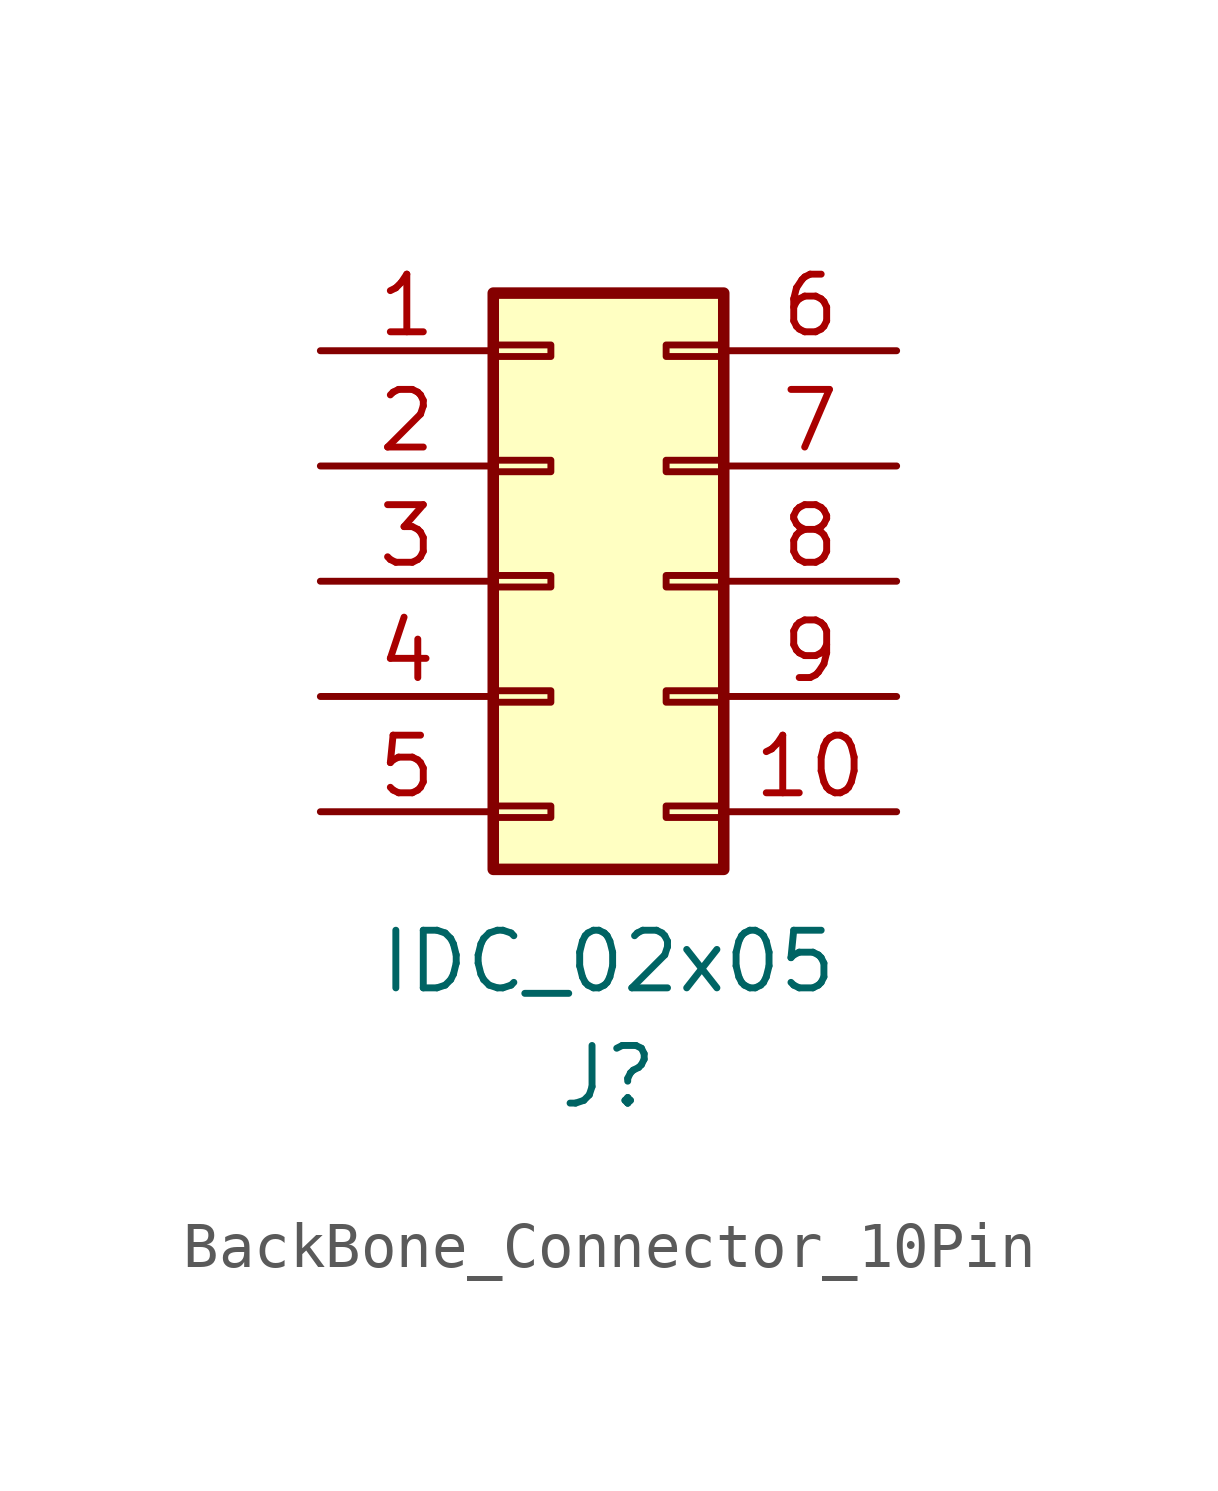
<source format=kicad_sym>
(kicad_symbol_lib
  (version 20231120)
  (generator "kicad_symbol_editor")
  (generator_version "8.0")
  (symbol "BackBone_Connector_10Pin"
    (pin_names
      (offset 1.016) hide)
    (property "Reference" "J"
      (at 0 -10.922 0)
      (effects (font (size 1.27 1.27))))
    (property "Value" "IDC_02x05"
      (at 0 -8.382 0)
      (effects (font (size 1.27 1.27))))
    (symbol "BackBone_Connector_10Pin_1_1"
      (rectangle (start -2.54 -4.953) (end -1.27 -5.207) (stroke (width 0.152) (type default)) (fill (type none)))
      (rectangle (start -2.54 -2.413) (end -1.27 -2.667) (stroke (width 0.152) (type default)) (fill (type none)))
      (rectangle (start -2.54 0.127) (end -1.27 -0.127) (stroke (width 0.152) (type default)) (fill (type none)))
      (rectangle (start -2.54 2.667) (end -1.27 2.413) (stroke (width 0.152) (type default)) (fill (type none)))
      (rectangle (start -2.54 5.207) (end -1.27 4.953) (stroke (width 0.152) (type default)) (fill (type none)))
      (rectangle (start -2.54 6.35) (end 2.54 -6.35) (stroke (width 0.254) (type default)) (fill (type background)))
      (rectangle (start 2.54 -4.953) (end 1.27 -5.207) (stroke (width 0.152) (type default)) (fill (type none)))
      (rectangle (start 2.54 -2.413) (end 1.27 -2.667) (stroke (width 0.152) (type default)) (fill (type none)))
      (rectangle (start 2.54 0.127) (end 1.27 -0.127) (stroke (width 0.152) (type default)) (fill (type none)))
      (rectangle (start 2.54 2.667) (end 1.27 2.413) (stroke (width 0.152) (type default)) (fill (type none)))
      (rectangle (start 2.54 5.207) (end 1.27 4.953) (stroke (width 0.152) (type default)) (fill (type none)))
      (pin passive line (at -6.35 5.08 0) (length 3.81) (name "Pin_1" (effects (font (size 1.27 1.27)))) (number "1" (effects (font (size 1.27 1.27)))))
      (pin passive line (at 6.35 -5.08 180) (length 3.81) (name "Pin_10" (effects (font (size 1.27 1.27)))) (number "10" (effects (font (size 1.27 1.27)))))
      (pin passive line (at -6.35 2.54 0) (length 3.81) (name "Pin_2" (effects (font (size 1.27 1.27)))) (number "2" (effects (font (size 1.27 1.27)))))
      (pin passive line (at -6.35 0 0) (length 3.81) (name "Pin_3" (effects (font (size 1.27 1.27)))) (number "3" (effects (font (size 1.27 1.27)))))
      (pin passive line (at -6.35 -2.54 0) (length 3.81) (name "Pin_4" (effects (font (size 1.27 1.27)))) (number "4" (effects (font (size 1.27 1.27)))))
      (pin passive line (at -6.35 -5.08 0) (length 3.81) (name "Pin_5" (effects (font (size 1.27 1.27)))) (number "5" (effects (font (size 1.27 1.27)))))
      (pin passive line (at 6.35 5.08 180) (length 3.81) (name "Pin_6" (effects (font (size 1.27 1.27)))) (number "6" (effects (font (size 1.27 1.27)))))
      (pin passive line (at 6.35 2.54 180) (length 3.81) (name "Pin_7" (effects (font (size 1.27 1.27)))) (number "7" (effects (font (size 1.27 1.27)))))
      (pin passive line (at 6.35 0 180) (length 3.81) (name "Pin_8" (effects (font (size 1.27 1.27)))) (number "8" (effects (font (size 1.27 1.27)))))
      (pin passive line (at 6.35 -2.54 180) (length 3.81) (name "Pin_9" (effects (font (size 1.27 1.27)))) (number "9" (effects (font (size 1.27 1.27))))))))
</source>
